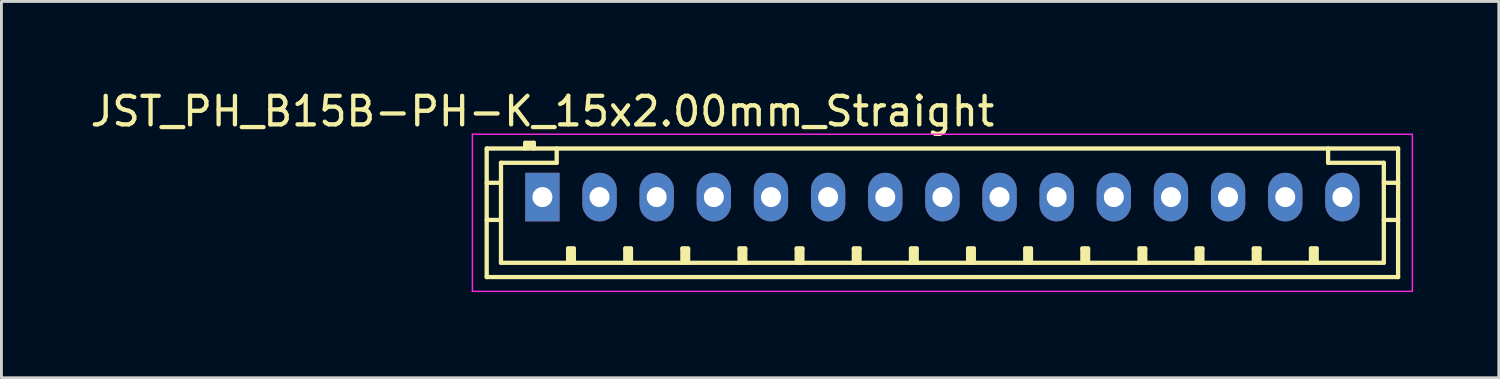
<source format=kicad_pcb>
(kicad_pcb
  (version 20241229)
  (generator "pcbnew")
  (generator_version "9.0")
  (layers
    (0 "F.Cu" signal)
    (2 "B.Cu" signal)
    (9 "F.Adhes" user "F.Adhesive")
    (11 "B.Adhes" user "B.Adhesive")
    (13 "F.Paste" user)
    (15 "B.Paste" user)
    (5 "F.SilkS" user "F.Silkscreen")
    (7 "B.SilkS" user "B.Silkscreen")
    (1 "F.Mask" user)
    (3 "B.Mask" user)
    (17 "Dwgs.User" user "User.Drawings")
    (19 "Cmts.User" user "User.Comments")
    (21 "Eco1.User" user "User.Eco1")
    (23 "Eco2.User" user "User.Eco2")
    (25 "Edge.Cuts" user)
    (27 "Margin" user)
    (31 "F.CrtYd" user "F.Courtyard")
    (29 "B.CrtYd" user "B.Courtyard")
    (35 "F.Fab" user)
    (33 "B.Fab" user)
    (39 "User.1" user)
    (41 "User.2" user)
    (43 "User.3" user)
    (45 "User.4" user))
  (footprint "JST_PH_B15B-PH-K_15x2.00mm_Straight"
    (layer "F.Cu")
    (at 15.935 3.848)
    (property "Reference" "JST_PH_B15B-PH-K_15x2.00mm_Straight" (at 0 -3 0) (layer "F.SilkS") (effects (font (size 1 1) (thickness 0.15))))
    (attr through_hole)
    (fp_line (start -1.95 -1.7) (end 29.95 -1.7) (stroke (width 0.15) (type solid)) (layer "F.SilkS"))
    (fp_line (start -1.95 -0.5) (end -1.45 -0.5) (stroke (width 0.15) (type solid)) (layer "F.SilkS"))
    (fp_line (start -1.95 0.8) (end -1.45 0.8) (stroke (width 0.15) (type solid)) (layer "F.SilkS"))
    (fp_line (start -1.95 2.8) (end -1.95 -1.7) (stroke (width 0.15) (type solid)) (layer "F.SilkS"))
    (fp_line (start -1.45 -1.2) (end -1.45 2.3) (stroke (width 0.15) (type solid)) (layer "F.SilkS"))
    (fp_line (start -1.45 2.3) (end 29.45 2.3) (stroke (width 0.15) (type solid)) (layer "F.SilkS"))
    (fp_line (start -0.6 -1.9) (end -0.6 -1.7) (stroke (width 0.15) (type solid)) (layer "F.SilkS"))
    (fp_line (start -0.3 -1.9) (end -0.6 -1.9) (stroke (width 0.15) (type solid)) (layer "F.SilkS"))
    (fp_line (start -0.3 -1.8) (end -0.6 -1.8) (stroke (width 0.15) (type solid)) (layer "F.SilkS"))
    (fp_line (start -0.3 -1.7) (end -0.3 -1.9) (stroke (width 0.15) (type solid)) (layer "F.SilkS"))
    (fp_line (start 0.5 -1.7) (end 0.5 -1.2) (stroke (width 0.15) (type solid)) (layer "F.SilkS"))
    (fp_line (start 0.5 -1.2) (end -1.45 -1.2) (stroke (width 0.15) (type solid)) (layer "F.SilkS"))
    (fp_line (start 0.9 1.8) (end 1.1 1.8) (stroke (width 0.15) (type solid)) (layer "F.SilkS"))
    (fp_line (start 0.9 2.3) (end 0.9 1.8) (stroke (width 0.15) (type solid)) (layer "F.SilkS"))
    (fp_line (start 1 2.3) (end 1 1.8) (stroke (width 0.15) (type solid)) (layer "F.SilkS"))
    (fp_line (start 1.1 1.8) (end 1.1 2.3) (stroke (width 0.15) (type solid)) (layer "F.SilkS"))
    (fp_line (start 2.9 1.8) (end 3.1 1.8) (stroke (width 0.15) (type solid)) (layer "F.SilkS"))
    (fp_line (start 2.9 2.3) (end 2.9 1.8) (stroke (width 0.15) (type solid)) (layer "F.SilkS"))
    (fp_line (start 3 2.3) (end 3 1.8) (stroke (width 0.15) (type solid)) (layer "F.SilkS"))
    (fp_line (start 3.1 1.8) (end 3.1 2.3) (stroke (width 0.15) (type solid)) (layer "F.SilkS"))
    (fp_line (start 4.9 1.8) (end 5.1 1.8) (stroke (width 0.15) (type solid)) (layer "F.SilkS"))
    (fp_line (start 4.9 2.3) (end 4.9 1.8) (stroke (width 0.15) (type solid)) (layer "F.SilkS"))
    (fp_line (start 5 2.3) (end 5 1.8) (stroke (width 0.15) (type solid)) (layer "F.SilkS"))
    (fp_line (start 5.1 1.8) (end 5.1 2.3) (stroke (width 0.15) (type solid)) (layer "F.SilkS"))
    (fp_line (start 6.9 1.8) (end 7.1 1.8) (stroke (width 0.15) (type solid)) (layer "F.SilkS"))
    (fp_line (start 6.9 2.3) (end 6.9 1.8) (stroke (width 0.15) (type solid)) (layer "F.SilkS"))
    (fp_line (start 7 2.3) (end 7 1.8) (stroke (width 0.15) (type solid)) (layer "F.SilkS"))
    (fp_line (start 7.1 1.8) (end 7.1 2.3) (stroke (width 0.15) (type solid)) (layer "F.SilkS"))
    (fp_line (start 8.9 1.8) (end 9.1 1.8) (stroke (width 0.15) (type solid)) (layer "F.SilkS"))
    (fp_line (start 8.9 2.3) (end 8.9 1.8) (stroke (width 0.15) (type solid)) (layer "F.SilkS"))
    (fp_line (start 9 2.3) (end 9 1.8) (stroke (width 0.15) (type solid)) (layer "F.SilkS"))
    (fp_line (start 9.1 1.8) (end 9.1 2.3) (stroke (width 0.15) (type solid)) (layer "F.SilkS"))
    (fp_line (start 10.9 1.8) (end 11.1 1.8) (stroke (width 0.15) (type solid)) (layer "F.SilkS"))
    (fp_line (start 10.9 2.3) (end 10.9 1.8) (stroke (width 0.15) (type solid)) (layer "F.SilkS"))
    (fp_line (start 11 2.3) (end 11 1.8) (stroke (width 0.15) (type solid)) (layer "F.SilkS"))
    (fp_line (start 11.1 1.8) (end 11.1 2.3) (stroke (width 0.15) (type solid)) (layer "F.SilkS"))
    (fp_line (start 12.9 1.8) (end 13.1 1.8) (stroke (width 0.15) (type solid)) (layer "F.SilkS"))
    (fp_line (start 12.9 2.3) (end 12.9 1.8) (stroke (width 0.15) (type solid)) (layer "F.SilkS"))
    (fp_line (start 13 2.3) (end 13 1.8) (stroke (width 0.15) (type solid)) (layer "F.SilkS"))
    (fp_line (start 13.1 1.8) (end 13.1 2.3) (stroke (width 0.15) (type solid)) (layer "F.SilkS"))
    (fp_line (start 14.9 1.8) (end 15.1 1.8) (stroke (width 0.15) (type solid)) (layer "F.SilkS"))
    (fp_line (start 14.9 2.3) (end 14.9 1.8) (stroke (width 0.15) (type solid)) (layer "F.SilkS"))
    (fp_line (start 15 2.3) (end 15 1.8) (stroke (width 0.15) (type solid)) (layer "F.SilkS"))
    (fp_line (start 15.1 1.8) (end 15.1 2.3) (stroke (width 0.15) (type solid)) (layer "F.SilkS"))
    (fp_line (start 16.9 1.8) (end 17.1 1.8) (stroke (width 0.15) (type solid)) (layer "F.SilkS"))
    (fp_line (start 16.9 2.3) (end 16.9 1.8) (stroke (width 0.15) (type solid)) (layer "F.SilkS"))
    (fp_line (start 17 2.3) (end 17 1.8) (stroke (width 0.15) (type solid)) (layer "F.SilkS"))
    (fp_line (start 17.1 1.8) (end 17.1 2.3) (stroke (width 0.15) (type solid)) (layer "F.SilkS"))
    (fp_line (start 18.9 1.8) (end 19.1 1.8) (stroke (width 0.15) (type solid)) (layer "F.SilkS"))
    (fp_line (start 18.9 2.3) (end 18.9 1.8) (stroke (width 0.15) (type solid)) (layer "F.SilkS"))
    (fp_line (start 19 2.3) (end 19 1.8) (stroke (width 0.15) (type solid)) (layer "F.SilkS"))
    (fp_line (start 19.1 1.8) (end 19.1 2.3) (stroke (width 0.15) (type solid)) (layer "F.SilkS"))
    (fp_line (start 20.9 1.8) (end 21.1 1.8) (stroke (width 0.15) (type solid)) (layer "F.SilkS"))
    (fp_line (start 20.9 2.3) (end 20.9 1.8) (stroke (width 0.15) (type solid)) (layer "F.SilkS"))
    (fp_line (start 21 2.3) (end 21 1.8) (stroke (width 0.15) (type solid)) (layer "F.SilkS"))
    (fp_line (start 21.1 1.8) (end 21.1 2.3) (stroke (width 0.15) (type solid)) (layer "F.SilkS"))
    (fp_line (start 22.9 1.8) (end 23.1 1.8) (stroke (width 0.15) (type solid)) (layer "F.SilkS"))
    (fp_line (start 22.9 2.3) (end 22.9 1.8) (stroke (width 0.15) (type solid)) (layer "F.SilkS"))
    (fp_line (start 23 2.3) (end 23 1.8) (stroke (width 0.15) (type solid)) (layer "F.SilkS"))
    (fp_line (start 23.1 1.8) (end 23.1 2.3) (stroke (width 0.15) (type solid)) (layer "F.SilkS"))
    (fp_line (start 24.9 1.8) (end 25.1 1.8) (stroke (width 0.15) (type solid)) (layer "F.SilkS"))
    (fp_line (start 24.9 2.3) (end 24.9 1.8) (stroke (width 0.15) (type solid)) (layer "F.SilkS"))
    (fp_line (start 25 2.3) (end 25 1.8) (stroke (width 0.15) (type solid)) (layer "F.SilkS"))
    (fp_line (start 25.1 1.8) (end 25.1 2.3) (stroke (width 0.15) (type solid)) (layer "F.SilkS"))
    (fp_line (start 26.9 1.8) (end 27.1 1.8) (stroke (width 0.15) (type solid)) (layer "F.SilkS"))
    (fp_line (start 26.9 2.3) (end 26.9 1.8) (stroke (width 0.15) (type solid)) (layer "F.SilkS"))
    (fp_line (start 27 2.3) (end 27 1.8) (stroke (width 0.15) (type solid)) (layer "F.SilkS"))
    (fp_line (start 27.1 1.8) (end 27.1 2.3) (stroke (width 0.15) (type solid)) (layer "F.SilkS"))
    (fp_line (start 27.5 -1.2) (end 27.5 -1.7) (stroke (width 0.15) (type solid)) (layer "F.SilkS"))
    (fp_line (start 29.45 -1.2) (end 27.5 -1.2) (stroke (width 0.15) (type solid)) (layer "F.SilkS"))
    (fp_line (start 29.45 -0.5) (end 29.95 -0.5) (stroke (width 0.15) (type solid)) (layer "F.SilkS"))
    (fp_line (start 29.45 0.8) (end 29.95 0.8) (stroke (width 0.15) (type solid)) (layer "F.SilkS"))
    (fp_line (start 29.45 2.3) (end 29.45 -1.2) (stroke (width 0.15) (type solid)) (layer "F.SilkS"))
    (fp_line (start 29.95 -1.7) (end 29.95 2.8) (stroke (width 0.15) (type solid)) (layer "F.SilkS"))
    (fp_line (start 29.95 2.8) (end -1.95 2.8) (stroke (width 0.15) (type solid)) (layer "F.SilkS"))
    (fp_line (start -2.45 -2.2) (end 30.45 -2.2) (stroke (width 0.05) (type solid)) (layer "F.CrtYd"))
    (fp_line (start -2.45 3.3) (end -2.45 -2.2) (stroke (width 0.05) (type solid)) (layer "F.CrtYd"))
    (fp_line (start 30.45 -2.2) (end 30.45 3.3) (stroke (width 0.05) (type solid)) (layer "F.CrtYd"))
    (fp_line (start 30.45 3.3) (end -2.45 3.3) (stroke (width 0.05) (type solid)) (layer "F.CrtYd"))
    (pad "1" thru_hole rect (at 0 0) (size 1.2 1.7) (drill 0.7) (layers "*.Cu" "*.Mask"))
    (pad "2" thru_hole oval (at 2 0) (size 1.2 1.7) (drill 0.7) (layers "*.Cu" "*.Mask"))
    (pad "3" thru_hole oval (at 4 0) (size 1.2 1.7) (drill 0.7) (layers "*.Cu" "*.Mask"))
    (pad "4" thru_hole oval (at 6 0) (size 1.2 1.7) (drill 0.7) (layers "*.Cu" "*.Mask"))
    (pad "5" thru_hole oval (at 8 0) (size 1.2 1.7) (drill 0.7) (layers "*.Cu" "*.Mask"))
    (pad "6" thru_hole oval (at 10 0) (size 1.2 1.7) (drill 0.7) (layers "*.Cu" "*.Mask"))
    (pad "7" thru_hole oval (at 12 0) (size 1.2 1.7) (drill 0.7) (layers "*.Cu" "*.Mask"))
    (pad "8" thru_hole oval (at 14 0) (size 1.2 1.7) (drill 0.7) (layers "*.Cu" "*.Mask"))
    (pad "9" thru_hole oval (at 16 0) (size 1.2 1.7) (drill 0.7) (layers "*.Cu" "*.Mask"))
    (pad "10" thru_hole oval (at 18 0) (size 1.2 1.7) (drill 0.7) (layers "*.Cu" "*.Mask"))
    (pad "11" thru_hole oval (at 20 0) (size 1.2 1.7) (drill 0.7) (layers "*.Cu" "*.Mask"))
    (pad "12" thru_hole oval (at 22 0) (size 1.2 1.7) (drill 0.7) (layers "*.Cu" "*.Mask"))
    (pad "13" thru_hole oval (at 24 0) (size 1.2 1.7) (drill 0.7) (layers "*.Cu" "*.Mask"))
    (pad "14" thru_hole oval (at 26 0) (size 1.2 1.7) (drill 0.7) (layers "*.Cu" "*.Mask"))
    (pad "15" thru_hole oval (at 28 0) (size 1.2 1.7) (drill 0.7) (layers "*.Cu" "*.Mask")))
  (gr_rect
    (start -3 -3)
    (end 49.41 10.173)
    (stroke (width 0.1) (type default))
    (fill no)
    (layer "Edge.Cuts")))
</source>
